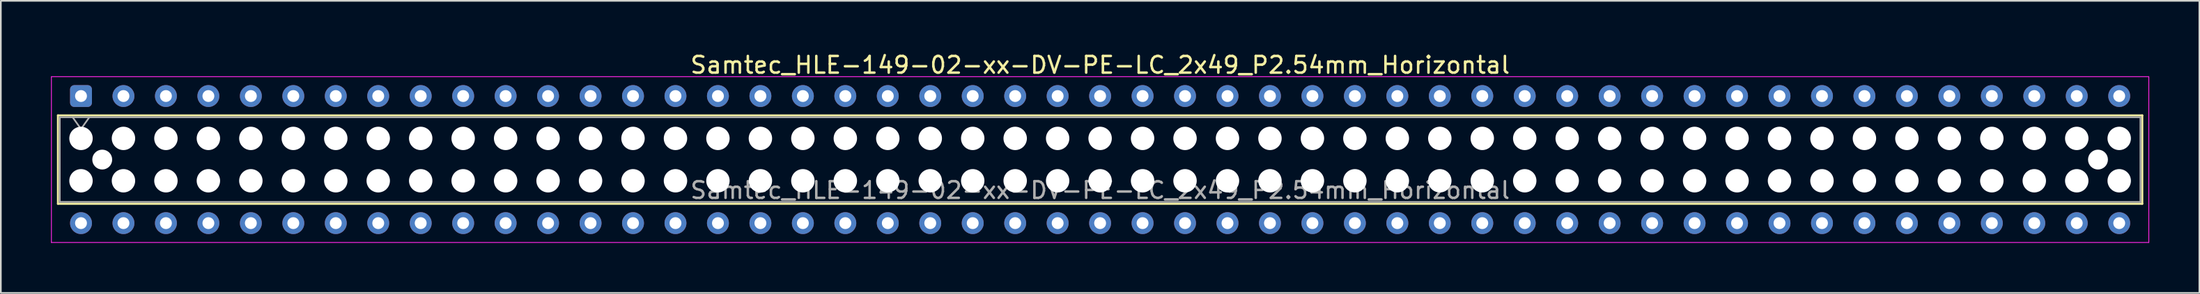
<source format=kicad_pcb>
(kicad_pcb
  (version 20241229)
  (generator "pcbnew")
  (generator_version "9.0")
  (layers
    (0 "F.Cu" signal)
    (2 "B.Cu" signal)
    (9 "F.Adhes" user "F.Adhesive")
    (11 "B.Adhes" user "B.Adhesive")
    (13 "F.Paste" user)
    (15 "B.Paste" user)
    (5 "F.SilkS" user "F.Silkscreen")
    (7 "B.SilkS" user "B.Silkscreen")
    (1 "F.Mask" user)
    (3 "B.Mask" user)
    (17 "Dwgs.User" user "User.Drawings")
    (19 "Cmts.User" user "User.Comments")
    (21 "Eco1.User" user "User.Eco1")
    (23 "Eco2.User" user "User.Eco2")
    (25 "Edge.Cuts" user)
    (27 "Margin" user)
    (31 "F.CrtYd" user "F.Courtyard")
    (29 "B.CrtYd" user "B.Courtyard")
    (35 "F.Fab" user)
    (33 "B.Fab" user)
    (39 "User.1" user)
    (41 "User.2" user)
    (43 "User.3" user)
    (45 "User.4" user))
  (footprint "Samtec_HLE-149-02-xx-DV-PE-LC_2x49_P2.54mm_Horizontal"
    (layer "F.Cu")
    (at 1.795 2.708)
    (property "Reference" "Samtec_HLE-149-02-xx-DV-PE-LC_2x49_P2.54mm_Horizontal" (at 60.96 -1.86 0) (layer "F.SilkS") (effects (font (size 1 1) (thickness 0.15))))
    (attr through_hole)
    (fp_line (start -1.38 1.16) (end 123.3 1.16) (stroke (width 0.12) (type solid)) (layer "F.SilkS"))
    (fp_line (start -1.38 6.46) (end -1.38 1.16) (stroke (width 0.12) (type solid)) (layer "F.SilkS"))
    (fp_line (start 123.3 1.16) (end 123.3 6.46) (stroke (width 0.12) (type solid)) (layer "F.SilkS"))
    (fp_line (start 123.3 6.46) (end -1.38 6.46) (stroke (width 0.12) (type solid)) (layer "F.SilkS"))
    (fp_line (start -1.77 -1.16) (end 123.69 -1.16) (stroke (width 0.05) (type solid)) (layer "F.CrtYd"))
    (fp_line (start -1.77 8.78) (end -1.77 -1.16) (stroke (width 0.05) (type solid)) (layer "F.CrtYd"))
    (fp_line (start 123.69 -1.16) (end 123.69 8.78) (stroke (width 0.05) (type solid)) (layer "F.CrtYd"))
    (fp_line (start 123.69 8.78) (end -1.77 8.78) (stroke (width 0.05) (type solid)) (layer "F.CrtYd"))
    (fp_line (start -1.27 1.27) (end 123.19 1.27) (stroke (width 0.1) (type solid)) (layer "F.Fab"))
    (fp_line (start -1.27 6.35) (end -1.27 1.27) (stroke (width 0.1) (type solid)) (layer "F.Fab"))
    (fp_line (start -0.5 1.27) (end 0 1.977) (stroke (width 0.1) (type solid)) (layer "F.Fab"))
    (fp_line (start 0 1.977) (end 0.5 1.27) (stroke (width 0.1) (type solid)) (layer "F.Fab"))
    (fp_line (start 123.19 1.27) (end 123.19 6.35) (stroke (width 0.1) (type solid)) (layer "F.Fab"))
    (fp_line (start 123.19 6.35) (end -1.27 6.35) (stroke (width 0.1) (type solid)) (layer "F.Fab"))
    (fp_text user "${REFERENCE}" (at 60.96 5.65 0) (layer "F.Fab") (effects (font (size 1 1) (thickness 0.15))))
    (pad "" np_thru_hole circle (at 0 2.54) (size 1.4 1.4) (drill 1.4) (layers "*.Cu" "*.Mask"))
    (pad "" np_thru_hole circle (at 0 5.08) (size 1.4 1.4) (drill 1.4) (layers "*.Cu" "*.Mask"))
    (pad "" np_thru_hole circle (at 1.27 3.81) (size 1.19 1.19) (drill 1.19) (layers "*.Cu" "*.Mask"))
    (pad "" np_thru_hole circle (at 2.54 2.54) (size 1.4 1.4) (drill 1.4) (layers "*.Cu" "*.Mask"))
    (pad "" np_thru_hole circle (at 2.54 5.08) (size 1.4 1.4) (drill 1.4) (layers "*.Cu" "*.Mask"))
    (pad "" np_thru_hole circle (at 5.08 2.54) (size 1.4 1.4) (drill 1.4) (layers "*.Cu" "*.Mask"))
    (pad "" np_thru_hole circle (at 5.08 5.08) (size 1.4 1.4) (drill 1.4) (layers "*.Cu" "*.Mask"))
    (pad "" np_thru_hole circle (at 7.62 2.54) (size 1.4 1.4) (drill 1.4) (layers "*.Cu" "*.Mask"))
    (pad "" np_thru_hole circle (at 7.62 5.08) (size 1.4 1.4) (drill 1.4) (layers "*.Cu" "*.Mask"))
    (pad "" np_thru_hole circle (at 10.16 2.54) (size 1.4 1.4) (drill 1.4) (layers "*.Cu" "*.Mask"))
    (pad "" np_thru_hole circle (at 10.16 5.08) (size 1.4 1.4) (drill 1.4) (layers "*.Cu" "*.Mask"))
    (pad "" np_thru_hole circle (at 12.7 2.54) (size 1.4 1.4) (drill 1.4) (layers "*.Cu" "*.Mask"))
    (pad "" np_thru_hole circle (at 12.7 5.08) (size 1.4 1.4) (drill 1.4) (layers "*.Cu" "*.Mask"))
    (pad "" np_thru_hole circle (at 15.24 2.54) (size 1.4 1.4) (drill 1.4) (layers "*.Cu" "*.Mask"))
    (pad "" np_thru_hole circle (at 15.24 5.08) (size 1.4 1.4) (drill 1.4) (layers "*.Cu" "*.Mask"))
    (pad "" np_thru_hole circle (at 17.78 2.54) (size 1.4 1.4) (drill 1.4) (layers "*.Cu" "*.Mask"))
    (pad "" np_thru_hole circle (at 17.78 5.08) (size 1.4 1.4) (drill 1.4) (layers "*.Cu" "*.Mask"))
    (pad "" np_thru_hole circle (at 20.32 2.54) (size 1.4 1.4) (drill 1.4) (layers "*.Cu" "*.Mask"))
    (pad "" np_thru_hole circle (at 20.32 5.08) (size 1.4 1.4) (drill 1.4) (layers "*.Cu" "*.Mask"))
    (pad "" np_thru_hole circle (at 22.86 2.54) (size 1.4 1.4) (drill 1.4) (layers "*.Cu" "*.Mask"))
    (pad "" np_thru_hole circle (at 22.86 5.08) (size 1.4 1.4) (drill 1.4) (layers "*.Cu" "*.Mask"))
    (pad "" np_thru_hole circle (at 25.4 2.54) (size 1.4 1.4) (drill 1.4) (layers "*.Cu" "*.Mask"))
    (pad "" np_thru_hole circle (at 25.4 5.08) (size 1.4 1.4) (drill 1.4) (layers "*.Cu" "*.Mask"))
    (pad "" np_thru_hole circle (at 27.94 2.54) (size 1.4 1.4) (drill 1.4) (layers "*.Cu" "*.Mask"))
    (pad "" np_thru_hole circle (at 27.94 5.08) (size 1.4 1.4) (drill 1.4) (layers "*.Cu" "*.Mask"))
    (pad "" np_thru_hole circle (at 30.48 2.54) (size 1.4 1.4) (drill 1.4) (layers "*.Cu" "*.Mask"))
    (pad "" np_thru_hole circle (at 30.48 5.08) (size 1.4 1.4) (drill 1.4) (layers "*.Cu" "*.Mask"))
    (pad "" np_thru_hole circle (at 33.02 2.54) (size 1.4 1.4) (drill 1.4) (layers "*.Cu" "*.Mask"))
    (pad "" np_thru_hole circle (at 33.02 5.08) (size 1.4 1.4) (drill 1.4) (layers "*.Cu" "*.Mask"))
    (pad "" np_thru_hole circle (at 35.56 2.54) (size 1.4 1.4) (drill 1.4) (layers "*.Cu" "*.Mask"))
    (pad "" np_thru_hole circle (at 35.56 5.08) (size 1.4 1.4) (drill 1.4) (layers "*.Cu" "*.Mask"))
    (pad "" np_thru_hole circle (at 38.1 2.54) (size 1.4 1.4) (drill 1.4) (layers "*.Cu" "*.Mask"))
    (pad "" np_thru_hole circle (at 38.1 5.08) (size 1.4 1.4) (drill 1.4) (layers "*.Cu" "*.Mask"))
    (pad "" np_thru_hole circle (at 40.64 2.54) (size 1.4 1.4) (drill 1.4) (layers "*.Cu" "*.Mask"))
    (pad "" np_thru_hole circle (at 40.64 5.08) (size 1.4 1.4) (drill 1.4) (layers "*.Cu" "*.Mask"))
    (pad "" np_thru_hole circle (at 43.18 2.54) (size 1.4 1.4) (drill 1.4) (layers "*.Cu" "*.Mask"))
    (pad "" np_thru_hole circle (at 43.18 5.08) (size 1.4 1.4) (drill 1.4) (layers "*.Cu" "*.Mask"))
    (pad "" np_thru_hole circle (at 45.72 2.54) (size 1.4 1.4) (drill 1.4) (layers "*.Cu" "*.Mask"))
    (pad "" np_thru_hole circle (at 45.72 5.08) (size 1.4 1.4) (drill 1.4) (layers "*.Cu" "*.Mask"))
    (pad "" np_thru_hole circle (at 48.26 2.54) (size 1.4 1.4) (drill 1.4) (layers "*.Cu" "*.Mask"))
    (pad "" np_thru_hole circle (at 48.26 5.08) (size 1.4 1.4) (drill 1.4) (layers "*.Cu" "*.Mask"))
    (pad "" np_thru_hole circle (at 50.8 2.54) (size 1.4 1.4) (drill 1.4) (layers "*.Cu" "*.Mask"))
    (pad "" np_thru_hole circle (at 50.8 5.08) (size 1.4 1.4) (drill 1.4) (layers "*.Cu" "*.Mask"))
    (pad "" np_thru_hole circle (at 53.34 2.54) (size 1.4 1.4) (drill 1.4) (layers "*.Cu" "*.Mask"))
    (pad "" np_thru_hole circle (at 53.34 5.08) (size 1.4 1.4) (drill 1.4) (layers "*.Cu" "*.Mask"))
    (pad "" np_thru_hole circle (at 55.88 2.54) (size 1.4 1.4) (drill 1.4) (layers "*.Cu" "*.Mask"))
    (pad "" np_thru_hole circle (at 55.88 5.08) (size 1.4 1.4) (drill 1.4) (layers "*.Cu" "*.Mask"))
    (pad "" np_thru_hole circle (at 58.42 2.54) (size 1.4 1.4) (drill 1.4) (layers "*.Cu" "*.Mask"))
    (pad "" np_thru_hole circle (at 58.42 5.08) (size 1.4 1.4) (drill 1.4) (layers "*.Cu" "*.Mask"))
    (pad "" np_thru_hole circle (at 60.96 2.54) (size 1.4 1.4) (drill 1.4) (layers "*.Cu" "*.Mask"))
    (pad "" np_thru_hole circle (at 60.96 5.08) (size 1.4 1.4) (drill 1.4) (layers "*.Cu" "*.Mask"))
    (pad "" np_thru_hole circle (at 63.5 2.54) (size 1.4 1.4) (drill 1.4) (layers "*.Cu" "*.Mask"))
    (pad "" np_thru_hole circle (at 63.5 5.08) (size 1.4 1.4) (drill 1.4) (layers "*.Cu" "*.Mask"))
    (pad "" np_thru_hole circle (at 66.04 2.54) (size 1.4 1.4) (drill 1.4) (layers "*.Cu" "*.Mask"))
    (pad "" np_thru_hole circle (at 66.04 5.08) (size 1.4 1.4) (drill 1.4) (layers "*.Cu" "*.Mask"))
    (pad "" np_thru_hole circle (at 68.58 2.54) (size 1.4 1.4) (drill 1.4) (layers "*.Cu" "*.Mask"))
    (pad "" np_thru_hole circle (at 68.58 5.08) (size 1.4 1.4) (drill 1.4) (layers "*.Cu" "*.Mask"))
    (pad "" np_thru_hole circle (at 71.12 2.54) (size 1.4 1.4) (drill 1.4) (layers "*.Cu" "*.Mask"))
    (pad "" np_thru_hole circle (at 71.12 5.08) (size 1.4 1.4) (drill 1.4) (layers "*.Cu" "*.Mask"))
    (pad "" np_thru_hole circle (at 73.66 2.54) (size 1.4 1.4) (drill 1.4) (layers "*.Cu" "*.Mask"))
    (pad "" np_thru_hole circle (at 73.66 5.08) (size 1.4 1.4) (drill 1.4) (layers "*.Cu" "*.Mask"))
    (pad "" np_thru_hole circle (at 76.2 2.54) (size 1.4 1.4) (drill 1.4) (layers "*.Cu" "*.Mask"))
    (pad "" np_thru_hole circle (at 76.2 5.08) (size 1.4 1.4) (drill 1.4) (layers "*.Cu" "*.Mask"))
    (pad "" np_thru_hole circle (at 78.74 2.54) (size 1.4 1.4) (drill 1.4) (layers "*.Cu" "*.Mask"))
    (pad "" np_thru_hole circle (at 78.74 5.08) (size 1.4 1.4) (drill 1.4) (layers "*.Cu" "*.Mask"))
    (pad "" np_thru_hole circle (at 81.28 2.54) (size 1.4 1.4) (drill 1.4) (layers "*.Cu" "*.Mask"))
    (pad "" np_thru_hole circle (at 81.28 5.08) (size 1.4 1.4) (drill 1.4) (layers "*.Cu" "*.Mask"))
    (pad "" np_thru_hole circle (at 83.82 2.54) (size 1.4 1.4) (drill 1.4) (layers "*.Cu" "*.Mask"))
    (pad "" np_thru_hole circle (at 83.82 5.08) (size 1.4 1.4) (drill 1.4) (layers "*.Cu" "*.Mask"))
    (pad "" np_thru_hole circle (at 86.36 2.54) (size 1.4 1.4) (drill 1.4) (layers "*.Cu" "*.Mask"))
    (pad "" np_thru_hole circle (at 86.36 5.08) (size 1.4 1.4) (drill 1.4) (layers "*.Cu" "*.Mask"))
    (pad "" np_thru_hole circle (at 88.9 2.54) (size 1.4 1.4) (drill 1.4) (layers "*.Cu" "*.Mask"))
    (pad "" np_thru_hole circle (at 88.9 5.08) (size 1.4 1.4) (drill 1.4) (layers "*.Cu" "*.Mask"))
    (pad "" np_thru_hole circle (at 91.44 2.54) (size 1.4 1.4) (drill 1.4) (layers "*.Cu" "*.Mask"))
    (pad "" np_thru_hole circle (at 91.44 5.08) (size 1.4 1.4) (drill 1.4) (layers "*.Cu" "*.Mask"))
    (pad "" np_thru_hole circle (at 93.98 2.54) (size 1.4 1.4) (drill 1.4) (layers "*.Cu" "*.Mask"))
    (pad "" np_thru_hole circle (at 93.98 5.08) (size 1.4 1.4) (drill 1.4) (layers "*.Cu" "*.Mask"))
    (pad "" np_thru_hole circle (at 96.52 2.54) (size 1.4 1.4) (drill 1.4) (layers "*.Cu" "*.Mask"))
    (pad "" np_thru_hole circle (at 96.52 5.08) (size 1.4 1.4) (drill 1.4) (layers "*.Cu" "*.Mask"))
    (pad "" np_thru_hole circle (at 99.06 2.54) (size 1.4 1.4) (drill 1.4) (layers "*.Cu" "*.Mask"))
    (pad "" np_thru_hole circle (at 99.06 5.08) (size 1.4 1.4) (drill 1.4) (layers "*.Cu" "*.Mask"))
    (pad "" np_thru_hole circle (at 101.6 2.54) (size 1.4 1.4) (drill 1.4) (layers "*.Cu" "*.Mask"))
    (pad "" np_thru_hole circle (at 101.6 5.08) (size 1.4 1.4) (drill 1.4) (layers "*.Cu" "*.Mask"))
    (pad "" np_thru_hole circle (at 104.14 2.54) (size 1.4 1.4) (drill 1.4) (layers "*.Cu" "*.Mask"))
    (pad "" np_thru_hole circle (at 104.14 5.08) (size 1.4 1.4) (drill 1.4) (layers "*.Cu" "*.Mask"))
    (pad "" np_thru_hole circle (at 106.68 2.54) (size 1.4 1.4) (drill 1.4) (layers "*.Cu" "*.Mask"))
    (pad "" np_thru_hole circle (at 106.68 5.08) (size 1.4 1.4) (drill 1.4) (layers "*.Cu" "*.Mask"))
    (pad "" np_thru_hole circle (at 109.22 2.54) (size 1.4 1.4) (drill 1.4) (layers "*.Cu" "*.Mask"))
    (pad "" np_thru_hole circle (at 109.22 5.08) (size 1.4 1.4) (drill 1.4) (layers "*.Cu" "*.Mask"))
    (pad "" np_thru_hole circle (at 111.76 2.54) (size 1.4 1.4) (drill 1.4) (layers "*.Cu" "*.Mask"))
    (pad "" np_thru_hole circle (at 111.76 5.08) (size 1.4 1.4) (drill 1.4) (layers "*.Cu" "*.Mask"))
    (pad "" np_thru_hole circle (at 114.3 2.54) (size 1.4 1.4) (drill 1.4) (layers "*.Cu" "*.Mask"))
    (pad "" np_thru_hole circle (at 114.3 5.08) (size 1.4 1.4) (drill 1.4) (layers "*.Cu" "*.Mask"))
    (pad "" np_thru_hole circle (at 116.84 2.54) (size 1.4 1.4) (drill 1.4) (layers "*.Cu" "*.Mask"))
    (pad "" np_thru_hole circle (at 116.84 5.08) (size 1.4 1.4) (drill 1.4) (layers "*.Cu" "*.Mask"))
    (pad "" np_thru_hole circle (at 119.38 2.54) (size 1.4 1.4) (drill 1.4) (layers "*.Cu" "*.Mask"))
    (pad "" np_thru_hole circle (at 119.38 5.08) (size 1.4 1.4) (drill 1.4) (layers "*.Cu" "*.Mask"))
    (pad "" np_thru_hole circle (at 120.65 3.81) (size 1.19 1.19) (drill 1.19) (layers "*.Cu" "*.Mask"))
    (pad "" np_thru_hole circle (at 121.92 2.54) (size 1.4 1.4) (drill 1.4) (layers "*.Cu" "*.Mask"))
    (pad "" np_thru_hole circle (at 121.92 5.08) (size 1.4 1.4) (drill 1.4) (layers "*.Cu" "*.Mask"))
    (pad "1" thru_hole roundrect (at 0 0) (size 1.31 1.31) (drill 0.71) (layers "*.Cu" "*.Mask") (roundrect_rratio 0.191))
    (pad "2" thru_hole circle (at 0 7.62) (size 1.31 1.31) (drill 0.71) (layers "*.Cu" "*.Mask"))
    (pad "3" thru_hole circle (at 2.54 0) (size 1.31 1.31) (drill 0.71) (layers "*.Cu" "*.Mask"))
    (pad "4" thru_hole circle (at 2.54 7.62) (size 1.31 1.31) (drill 0.71) (layers "*.Cu" "*.Mask"))
    (pad "5" thru_hole circle (at 5.08 0) (size 1.31 1.31) (drill 0.71) (layers "*.Cu" "*.Mask"))
    (pad "6" thru_hole circle (at 5.08 7.62) (size 1.31 1.31) (drill 0.71) (layers "*.Cu" "*.Mask"))
    (pad "7" thru_hole circle (at 7.62 0) (size 1.31 1.31) (drill 0.71) (layers "*.Cu" "*.Mask"))
    (pad "8" thru_hole circle (at 7.62 7.62) (size 1.31 1.31) (drill 0.71) (layers "*.Cu" "*.Mask"))
    (pad "9" thru_hole circle (at 10.16 0) (size 1.31 1.31) (drill 0.71) (layers "*.Cu" "*.Mask"))
    (pad "10" thru_hole circle (at 10.16 7.62) (size 1.31 1.31) (drill 0.71) (layers "*.Cu" "*.Mask"))
    (pad "11" thru_hole circle (at 12.7 0) (size 1.31 1.31) (drill 0.71) (layers "*.Cu" "*.Mask"))
    (pad "12" thru_hole circle (at 12.7 7.62) (size 1.31 1.31) (drill 0.71) (layers "*.Cu" "*.Mask"))
    (pad "13" thru_hole circle (at 15.24 0) (size 1.31 1.31) (drill 0.71) (layers "*.Cu" "*.Mask"))
    (pad "14" thru_hole circle (at 15.24 7.62) (size 1.31 1.31) (drill 0.71) (layers "*.Cu" "*.Mask"))
    (pad "15" thru_hole circle (at 17.78 0) (size 1.31 1.31) (drill 0.71) (layers "*.Cu" "*.Mask"))
    (pad "16" thru_hole circle (at 17.78 7.62) (size 1.31 1.31) (drill 0.71) (layers "*.Cu" "*.Mask"))
    (pad "17" thru_hole circle (at 20.32 0) (size 1.31 1.31) (drill 0.71) (layers "*.Cu" "*.Mask"))
    (pad "18" thru_hole circle (at 20.32 7.62) (size 1.31 1.31) (drill 0.71) (layers "*.Cu" "*.Mask"))
    (pad "19" thru_hole circle (at 22.86 0) (size 1.31 1.31) (drill 0.71) (layers "*.Cu" "*.Mask"))
    (pad "20" thru_hole circle (at 22.86 7.62) (size 1.31 1.31) (drill 0.71) (layers "*.Cu" "*.Mask"))
    (pad "21" thru_hole circle (at 25.4 0) (size 1.31 1.31) (drill 0.71) (layers "*.Cu" "*.Mask"))
    (pad "22" thru_hole circle (at 25.4 7.62) (size 1.31 1.31) (drill 0.71) (layers "*.Cu" "*.Mask"))
    (pad "23" thru_hole circle (at 27.94 0) (size 1.31 1.31) (drill 0.71) (layers "*.Cu" "*.Mask"))
    (pad "24" thru_hole circle (at 27.94 7.62) (size 1.31 1.31) (drill 0.71) (layers "*.Cu" "*.Mask"))
    (pad "25" thru_hole circle (at 30.48 0) (size 1.31 1.31) (drill 0.71) (layers "*.Cu" "*.Mask"))
    (pad "26" thru_hole circle (at 30.48 7.62) (size 1.31 1.31) (drill 0.71) (layers "*.Cu" "*.Mask"))
    (pad "27" thru_hole circle (at 33.02 0) (size 1.31 1.31) (drill 0.71) (layers "*.Cu" "*.Mask"))
    (pad "28" thru_hole circle (at 33.02 7.62) (size 1.31 1.31) (drill 0.71) (layers "*.Cu" "*.Mask"))
    (pad "29" thru_hole circle (at 35.56 0) (size 1.31 1.31) (drill 0.71) (layers "*.Cu" "*.Mask"))
    (pad "30" thru_hole circle (at 35.56 7.62) (size 1.31 1.31) (drill 0.71) (layers "*.Cu" "*.Mask"))
    (pad "31" thru_hole circle (at 38.1 0) (size 1.31 1.31) (drill 0.71) (layers "*.Cu" "*.Mask"))
    (pad "32" thru_hole circle (at 38.1 7.62) (size 1.31 1.31) (drill 0.71) (layers "*.Cu" "*.Mask"))
    (pad "33" thru_hole circle (at 40.64 0) (size 1.31 1.31) (drill 0.71) (layers "*.Cu" "*.Mask"))
    (pad "34" thru_hole circle (at 40.64 7.62) (size 1.31 1.31) (drill 0.71) (layers "*.Cu" "*.Mask"))
    (pad "35" thru_hole circle (at 43.18 0) (size 1.31 1.31) (drill 0.71) (layers "*.Cu" "*.Mask"))
    (pad "36" thru_hole circle (at 43.18 7.62) (size 1.31 1.31) (drill 0.71) (layers "*.Cu" "*.Mask"))
    (pad "37" thru_hole circle (at 45.72 0) (size 1.31 1.31) (drill 0.71) (layers "*.Cu" "*.Mask"))
    (pad "38" thru_hole circle (at 45.72 7.62) (size 1.31 1.31) (drill 0.71) (layers "*.Cu" "*.Mask"))
    (pad "39" thru_hole circle (at 48.26 0) (size 1.31 1.31) (drill 0.71) (layers "*.Cu" "*.Mask"))
    (pad "40" thru_hole circle (at 48.26 7.62) (size 1.31 1.31) (drill 0.71) (layers "*.Cu" "*.Mask"))
    (pad "41" thru_hole circle (at 50.8 0) (size 1.31 1.31) (drill 0.71) (layers "*.Cu" "*.Mask"))
    (pad "42" thru_hole circle (at 50.8 7.62) (size 1.31 1.31) (drill 0.71) (layers "*.Cu" "*.Mask"))
    (pad "43" thru_hole circle (at 53.34 0) (size 1.31 1.31) (drill 0.71) (layers "*.Cu" "*.Mask"))
    (pad "44" thru_hole circle (at 53.34 7.62) (size 1.31 1.31) (drill 0.71) (layers "*.Cu" "*.Mask"))
    (pad "45" thru_hole circle (at 55.88 0) (size 1.31 1.31) (drill 0.71) (layers "*.Cu" "*.Mask"))
    (pad "46" thru_hole circle (at 55.88 7.62) (size 1.31 1.31) (drill 0.71) (layers "*.Cu" "*.Mask"))
    (pad "47" thru_hole circle (at 58.42 0) (size 1.31 1.31) (drill 0.71) (layers "*.Cu" "*.Mask"))
    (pad "48" thru_hole circle (at 58.42 7.62) (size 1.31 1.31) (drill 0.71) (layers "*.Cu" "*.Mask"))
    (pad "49" thru_hole circle (at 60.96 0) (size 1.31 1.31) (drill 0.71) (layers "*.Cu" "*.Mask"))
    (pad "50" thru_hole circle (at 60.96 7.62) (size 1.31 1.31) (drill 0.71) (layers "*.Cu" "*.Mask"))
    (pad "51" thru_hole circle (at 63.5 0) (size 1.31 1.31) (drill 0.71) (layers "*.Cu" "*.Mask"))
    (pad "52" thru_hole circle (at 63.5 7.62) (size 1.31 1.31) (drill 0.71) (layers "*.Cu" "*.Mask"))
    (pad "53" thru_hole circle (at 66.04 0) (size 1.31 1.31) (drill 0.71) (layers "*.Cu" "*.Mask"))
    (pad "54" thru_hole circle (at 66.04 7.62) (size 1.31 1.31) (drill 0.71) (layers "*.Cu" "*.Mask"))
    (pad "55" thru_hole circle (at 68.58 0) (size 1.31 1.31) (drill 0.71) (layers "*.Cu" "*.Mask"))
    (pad "56" thru_hole circle (at 68.58 7.62) (size 1.31 1.31) (drill 0.71) (layers "*.Cu" "*.Mask"))
    (pad "57" thru_hole circle (at 71.12 0) (size 1.31 1.31) (drill 0.71) (layers "*.Cu" "*.Mask"))
    (pad "58" thru_hole circle (at 71.12 7.62) (size 1.31 1.31) (drill 0.71) (layers "*.Cu" "*.Mask"))
    (pad "59" thru_hole circle (at 73.66 0) (size 1.31 1.31) (drill 0.71) (layers "*.Cu" "*.Mask"))
    (pad "60" thru_hole circle (at 73.66 7.62) (size 1.31 1.31) (drill 0.71) (layers "*.Cu" "*.Mask"))
    (pad "61" thru_hole circle (at 76.2 0) (size 1.31 1.31) (drill 0.71) (layers "*.Cu" "*.Mask"))
    (pad "62" thru_hole circle (at 76.2 7.62) (size 1.31 1.31) (drill 0.71) (layers "*.Cu" "*.Mask"))
    (pad "63" thru_hole circle (at 78.74 0) (size 1.31 1.31) (drill 0.71) (layers "*.Cu" "*.Mask"))
    (pad "64" thru_hole circle (at 78.74 7.62) (size 1.31 1.31) (drill 0.71) (layers "*.Cu" "*.Mask"))
    (pad "65" thru_hole circle (at 81.28 0) (size 1.31 1.31) (drill 0.71) (layers "*.Cu" "*.Mask"))
    (pad "66" thru_hole circle (at 81.28 7.62) (size 1.31 1.31) (drill 0.71) (layers "*.Cu" "*.Mask"))
    (pad "67" thru_hole circle (at 83.82 0) (size 1.31 1.31) (drill 0.71) (layers "*.Cu" "*.Mask"))
    (pad "68" thru_hole circle (at 83.82 7.62) (size 1.31 1.31) (drill 0.71) (layers "*.Cu" "*.Mask"))
    (pad "69" thru_hole circle (at 86.36 0) (size 1.31 1.31) (drill 0.71) (layers "*.Cu" "*.Mask"))
    (pad "70" thru_hole circle (at 86.36 7.62) (size 1.31 1.31) (drill 0.71) (layers "*.Cu" "*.Mask"))
    (pad "71" thru_hole circle (at 88.9 0) (size 1.31 1.31) (drill 0.71) (layers "*.Cu" "*.Mask"))
    (pad "72" thru_hole circle (at 88.9 7.62) (size 1.31 1.31) (drill 0.71) (layers "*.Cu" "*.Mask"))
    (pad "73" thru_hole circle (at 91.44 0) (size 1.31 1.31) (drill 0.71) (layers "*.Cu" "*.Mask"))
    (pad "74" thru_hole circle (at 91.44 7.62) (size 1.31 1.31) (drill 0.71) (layers "*.Cu" "*.Mask"))
    (pad "75" thru_hole circle (at 93.98 0) (size 1.31 1.31) (drill 0.71) (layers "*.Cu" "*.Mask"))
    (pad "76" thru_hole circle (at 93.98 7.62) (size 1.31 1.31) (drill 0.71) (layers "*.Cu" "*.Mask"))
    (pad "77" thru_hole circle (at 96.52 0) (size 1.31 1.31) (drill 0.71) (layers "*.Cu" "*.Mask"))
    (pad "78" thru_hole circle (at 96.52 7.62) (size 1.31 1.31) (drill 0.71) (layers "*.Cu" "*.Mask"))
    (pad "79" thru_hole circle (at 99.06 0) (size 1.31 1.31) (drill 0.71) (layers "*.Cu" "*.Mask"))
    (pad "80" thru_hole circle (at 99.06 7.62) (size 1.31 1.31) (drill 0.71) (layers "*.Cu" "*.Mask"))
    (pad "81" thru_hole circle (at 101.6 0) (size 1.31 1.31) (drill 0.71) (layers "*.Cu" "*.Mask"))
    (pad "82" thru_hole circle (at 101.6 7.62) (size 1.31 1.31) (drill 0.71) (layers "*.Cu" "*.Mask"))
    (pad "83" thru_hole circle (at 104.14 0) (size 1.31 1.31) (drill 0.71) (layers "*.Cu" "*.Mask"))
    (pad "84" thru_hole circle (at 104.14 7.62) (size 1.31 1.31) (drill 0.71) (layers "*.Cu" "*.Mask"))
    (pad "85" thru_hole circle (at 106.68 0) (size 1.31 1.31) (drill 0.71) (layers "*.Cu" "*.Mask"))
    (pad "86" thru_hole circle (at 106.68 7.62) (size 1.31 1.31) (drill 0.71) (layers "*.Cu" "*.Mask"))
    (pad "87" thru_hole circle (at 109.22 0) (size 1.31 1.31) (drill 0.71) (layers "*.Cu" "*.Mask"))
    (pad "88" thru_hole circle (at 109.22 7.62) (size 1.31 1.31) (drill 0.71) (layers "*.Cu" "*.Mask"))
    (pad "89" thru_hole circle (at 111.76 0) (size 1.31 1.31) (drill 0.71) (layers "*.Cu" "*.Mask"))
    (pad "90" thru_hole circle (at 111.76 7.62) (size 1.31 1.31) (drill 0.71) (layers "*.Cu" "*.Mask"))
    (pad "91" thru_hole circle (at 114.3 0) (size 1.31 1.31) (drill 0.71) (layers "*.Cu" "*.Mask"))
    (pad "92" thru_hole circle (at 114.3 7.62) (size 1.31 1.31) (drill 0.71) (layers "*.Cu" "*.Mask"))
    (pad "93" thru_hole circle (at 116.84 0) (size 1.31 1.31) (drill 0.71) (layers "*.Cu" "*.Mask"))
    (pad "94" thru_hole circle (at 116.84 7.62) (size 1.31 1.31) (drill 0.71) (layers "*.Cu" "*.Mask"))
    (pad "95" thru_hole circle (at 119.38 0) (size 1.31 1.31) (drill 0.71) (layers "*.Cu" "*.Mask"))
    (pad "96" thru_hole circle (at 119.38 7.62) (size 1.31 1.31) (drill 0.71) (layers "*.Cu" "*.Mask"))
    (pad "97" thru_hole circle (at 121.92 0) (size 1.31 1.31) (drill 0.71) (layers "*.Cu" "*.Mask"))
    (pad "98" thru_hole circle (at 121.92 7.62) (size 1.31 1.31) (drill 0.71) (layers "*.Cu" "*.Mask")))
  (gr_rect
    (start -3 -3)
    (end 128.51 14.513)
    (stroke (width 0.1) (type default))
    (fill no)
    (layer "Edge.Cuts")))
</source>
